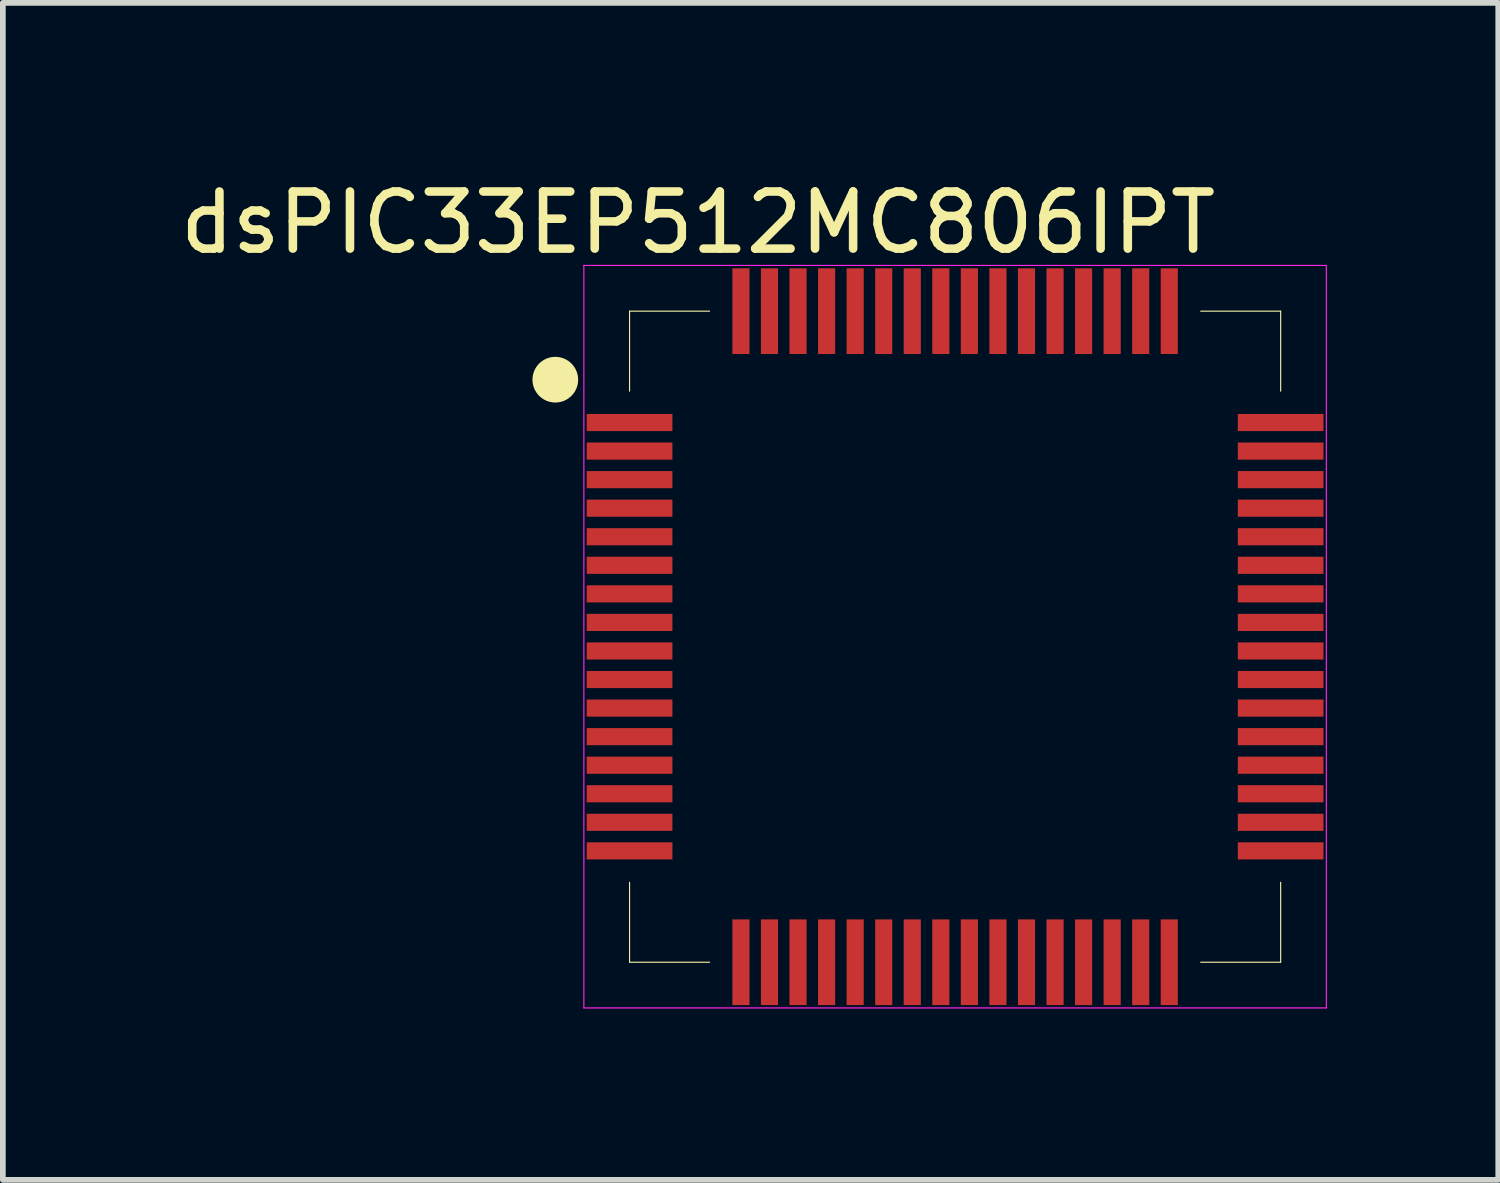
<source format=kicad_pcb>
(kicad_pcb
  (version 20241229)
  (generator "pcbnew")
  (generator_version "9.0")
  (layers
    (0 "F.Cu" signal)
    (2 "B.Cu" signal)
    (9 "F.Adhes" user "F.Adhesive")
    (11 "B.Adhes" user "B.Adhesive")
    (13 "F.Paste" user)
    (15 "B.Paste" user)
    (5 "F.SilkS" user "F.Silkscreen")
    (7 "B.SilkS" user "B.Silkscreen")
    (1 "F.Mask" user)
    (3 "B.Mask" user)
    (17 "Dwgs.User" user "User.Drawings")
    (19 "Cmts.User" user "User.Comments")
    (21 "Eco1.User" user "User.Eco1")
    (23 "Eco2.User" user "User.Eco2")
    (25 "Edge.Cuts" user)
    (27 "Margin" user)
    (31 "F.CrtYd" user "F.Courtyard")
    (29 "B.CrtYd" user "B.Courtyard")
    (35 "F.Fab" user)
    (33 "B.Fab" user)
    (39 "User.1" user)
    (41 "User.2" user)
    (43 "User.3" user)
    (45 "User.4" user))
  (footprint "dsPIC33EP512MC806IPT"
    (layer "F.Cu")
    (at 13.673 8.098)
    (property "Reference" "dsPIC33EP512MC806IPT" (at -4.5 -7.25 0) (layer "F.SilkS") (effects (font (size 1 1) (thickness 0.15))))
    (attr smd)
    (fp_line (start -5.7 -5.7) (end -5.7 -4.3) (stroke (width 0.02) (type solid)) (layer "F.SilkS"))
    (fp_line (start -5.7 -5.7) (end -4.3 -5.7) (stroke (width 0.02) (type solid)) (layer "F.SilkS"))
    (fp_line (start -5.7 5.7) (end -5.7 4.3) (stroke (width 0.02) (type solid)) (layer "F.SilkS"))
    (fp_line (start -5.7 5.7) (end -4.3 5.7) (stroke (width 0.02) (type solid)) (layer "F.SilkS"))
    (fp_line (start 5.7 -5.7) (end 4.3 -5.7) (stroke (width 0.02) (type solid)) (layer "F.SilkS"))
    (fp_line (start 5.7 -5.7) (end 5.7 -4.3) (stroke (width 0.02) (type solid)) (layer "F.SilkS"))
    (fp_line (start 5.7 5.7) (end 4.3 5.7) (stroke (width 0.02) (type solid)) (layer "F.SilkS"))
    (fp_line (start 5.7 5.7) (end 5.7 4.3) (stroke (width 0.02) (type solid)) (layer "F.SilkS"))
    (fp_line (start -6.5 -6.5) (end 6.5 -6.5) (stroke (width 0.02) (type solid)) (layer "F.CrtYd"))
    (fp_line (start -6.5 6.5) (end -6.5 -6.5) (stroke (width 0.02) (type solid)) (layer "F.CrtYd"))
    (fp_line (start 6.5 -6.5) (end 6.5 6.5) (stroke (width 0.02) (type solid)) (layer "F.CrtYd"))
    (fp_line (start 6.5 6.5) (end -6.5 6.5) (stroke (width 0.02) (type solid)) (layer "F.CrtYd"))
    (pad "" smd circle (at -7 -4.5) (size 0.8 0.8) (layers "F.SilkS"))
    (pad "1" smd rect (at -5.7 -3.75) (size 1.5 0.3) (layers "F.Cu" "F.Mask" "F.Paste"))
    (pad "2" smd rect (at -5.7 -3.25) (size 1.5 0.3) (layers "F.Cu" "F.Mask" "F.Paste"))
    (pad "3" smd rect (at -5.7 -2.75) (size 1.5 0.3) (layers "F.Cu" "F.Mask" "F.Paste"))
    (pad "4" smd rect (at -5.7 -2.25) (size 1.5 0.3) (layers "F.Cu" "F.Mask" "F.Paste"))
    (pad "5" smd rect (at -5.7 -1.75) (size 1.5 0.3) (layers "F.Cu" "F.Mask" "F.Paste"))
    (pad "6" smd rect (at -5.7 -1.25) (size 1.5 0.3) (layers "F.Cu" "F.Mask" "F.Paste"))
    (pad "7" smd rect (at -5.7 -0.75) (size 1.5 0.3) (layers "F.Cu" "F.Mask" "F.Paste"))
    (pad "8" smd rect (at -5.7 -0.25) (size 1.5 0.3) (layers "F.Cu" "F.Mask" "F.Paste"))
    (pad "9" smd rect (at -5.7 0.25) (size 1.5 0.3) (layers "F.Cu" "F.Mask" "F.Paste"))
    (pad "10" smd rect (at -5.7 0.75) (size 1.5 0.3) (layers "F.Cu" "F.Mask" "F.Paste"))
    (pad "11" smd rect (at -5.7 1.25) (size 1.5 0.3) (layers "F.Cu" "F.Mask" "F.Paste"))
    (pad "12" smd rect (at -5.7 1.75) (size 1.5 0.3) (layers "F.Cu" "F.Mask" "F.Paste"))
    (pad "13" smd rect (at -5.7 2.25) (size 1.5 0.3) (layers "F.Cu" "F.Mask" "F.Paste"))
    (pad "14" smd rect (at -5.7 2.75) (size 1.5 0.3) (layers "F.Cu" "F.Mask" "F.Paste"))
    (pad "15" smd rect (at -5.7 3.25) (size 1.5 0.3) (layers "F.Cu" "F.Mask" "F.Paste"))
    (pad "16" smd rect (at -5.7 3.75) (size 1.5 0.3) (layers "F.Cu" "F.Mask" "F.Paste"))
    (pad "17" smd rect (at -3.75 5.7 90) (size 1.5 0.3) (layers "F.Cu" "F.Mask" "F.Paste"))
    (pad "18" smd rect (at -3.25 5.7 90) (size 1.5 0.3) (layers "F.Cu" "F.Mask" "F.Paste"))
    (pad "19" smd rect (at -2.75 5.7 90) (size 1.5 0.3) (layers "F.Cu" "F.Mask" "F.Paste"))
    (pad "20" smd rect (at -2.25 5.7 90) (size 1.5 0.3) (layers "F.Cu" "F.Mask" "F.Paste"))
    (pad "21" smd rect (at -1.75 5.7 90) (size 1.5 0.3) (layers "F.Cu" "F.Mask" "F.Paste"))
    (pad "22" smd rect (at -1.25 5.7 90) (size 1.5 0.3) (layers "F.Cu" "F.Mask" "F.Paste"))
    (pad "23" smd rect (at -0.75 5.7 90) (size 1.5 0.3) (layers "F.Cu" "F.Mask" "F.Paste"))
    (pad "24" smd rect (at -0.25 5.7 90) (size 1.5 0.3) (layers "F.Cu" "F.Mask" "F.Paste"))
    (pad "25" smd rect (at 0.25 5.7 90) (size 1.5 0.3) (layers "F.Cu" "F.Mask" "F.Paste"))
    (pad "26" smd rect (at 0.75 5.7 90) (size 1.5 0.3) (layers "F.Cu" "F.Mask" "F.Paste"))
    (pad "27" smd rect (at 1.25 5.7 90) (size 1.5 0.3) (layers "F.Cu" "F.Mask" "F.Paste"))
    (pad "28" smd rect (at 1.75 5.7 90) (size 1.5 0.3) (layers "F.Cu" "F.Mask" "F.Paste"))
    (pad "29" smd rect (at 2.25 5.7 90) (size 1.5 0.3) (layers "F.Cu" "F.Mask" "F.Paste"))
    (pad "30" smd rect (at 2.75 5.7 90) (size 1.5 0.3) (layers "F.Cu" "F.Mask" "F.Paste"))
    (pad "31" smd rect (at 3.25 5.7 90) (size 1.5 0.3) (layers "F.Cu" "F.Mask" "F.Paste"))
    (pad "32" smd rect (at 3.75 5.7 90) (size 1.5 0.3) (layers "F.Cu" "F.Mask" "F.Paste"))
    (pad "33" smd rect (at 5.7 3.75) (size 1.5 0.3) (layers "F.Cu" "F.Mask" "F.Paste"))
    (pad "34" smd rect (at 5.7 3.25) (size 1.5 0.3) (layers "F.Cu" "F.Mask" "F.Paste"))
    (pad "35" smd rect (at 5.7 2.75) (size 1.5 0.3) (layers "F.Cu" "F.Mask" "F.Paste"))
    (pad "36" smd rect (at 5.7 2.25) (size 1.5 0.3) (layers "F.Cu" "F.Mask" "F.Paste"))
    (pad "37" smd rect (at 5.7 1.75) (size 1.5 0.3) (layers "F.Cu" "F.Mask" "F.Paste"))
    (pad "38" smd rect (at 5.7 1.25) (size 1.5 0.3) (layers "F.Cu" "F.Mask" "F.Paste"))
    (pad "39" smd rect (at 5.7 0.75) (size 1.5 0.3) (layers "F.Cu" "F.Mask" "F.Paste"))
    (pad "40" smd rect (at 5.7 0.25) (size 1.5 0.3) (layers "F.Cu" "F.Mask" "F.Paste"))
    (pad "41" smd rect (at 5.7 -0.25) (size 1.5 0.3) (layers "F.Cu" "F.Mask" "F.Paste"))
    (pad "42" smd rect (at 5.7 -0.75) (size 1.5 0.3) (layers "F.Cu" "F.Mask" "F.Paste"))
    (pad "43" smd rect (at 5.7 -1.25) (size 1.5 0.3) (layers "F.Cu" "F.Mask" "F.Paste"))
    (pad "44" smd rect (at 5.7 -1.75) (size 1.5 0.3) (layers "F.Cu" "F.Mask" "F.Paste"))
    (pad "45" smd rect (at 5.7 -2.25) (size 1.5 0.3) (layers "F.Cu" "F.Mask" "F.Paste"))
    (pad "46" smd rect (at 5.7 -2.75) (size 1.5 0.3) (layers "F.Cu" "F.Mask" "F.Paste"))
    (pad "47" smd rect (at 5.7 -3.25) (size 1.5 0.3) (layers "F.Cu" "F.Mask" "F.Paste"))
    (pad "48" smd rect (at 5.7 -3.75) (size 1.5 0.3) (layers "F.Cu" "F.Mask" "F.Paste"))
    (pad "49" smd rect (at 3.75 -5.7 90) (size 1.5 0.3) (layers "F.Cu" "F.Mask" "F.Paste"))
    (pad "50" smd rect (at 3.25 -5.7 90) (size 1.5 0.3) (layers "F.Cu" "F.Mask" "F.Paste"))
    (pad "51" smd rect (at 2.75 -5.7 90) (size 1.5 0.3) (layers "F.Cu" "F.Mask" "F.Paste"))
    (pad "52" smd rect (at 2.25 -5.7 90) (size 1.5 0.3) (layers "F.Cu" "F.Mask" "F.Paste"))
    (pad "53" smd rect (at 1.75 -5.7 90) (size 1.5 0.3) (layers "F.Cu" "F.Mask" "F.Paste"))
    (pad "54" smd rect (at 1.25 -5.7 90) (size 1.5 0.3) (layers "F.Cu" "F.Mask" "F.Paste"))
    (pad "55" smd rect (at 0.75 -5.7 90) (size 1.5 0.3) (layers "F.Cu" "F.Mask" "F.Paste"))
    (pad "56" smd rect (at 0.25 -5.7 90) (size 1.5 0.3) (layers "F.Cu" "F.Mask" "F.Paste"))
    (pad "57" smd rect (at -0.25 -5.7 90) (size 1.5 0.3) (layers "F.Cu" "F.Mask" "F.Paste"))
    (pad "58" smd rect (at -0.75 -5.7 90) (size 1.5 0.3) (layers "F.Cu" "F.Mask" "F.Paste"))
    (pad "59" smd rect (at -1.25 -5.7 90) (size 1.5 0.3) (layers "F.Cu" "F.Mask" "F.Paste"))
    (pad "60" smd rect (at -1.75 -5.7 90) (size 1.5 0.3) (layers "F.Cu" "F.Mask" "F.Paste"))
    (pad "61" smd rect (at -2.25 -5.7 90) (size 1.5 0.3) (layers "F.Cu" "F.Mask" "F.Paste"))
    (pad "62" smd rect (at -2.75 -5.7 90) (size 1.5 0.3) (layers "F.Cu" "F.Mask" "F.Paste"))
    (pad "63" smd rect (at -3.25 -5.7 90) (size 1.5 0.3) (layers "F.Cu" "F.Mask" "F.Paste"))
    (pad "64" smd rect (at -3.75 -5.7 90) (size 1.5 0.3) (layers "F.Cu" "F.Mask" "F.Paste")))
  (gr_rect
    (start -3 -3)
    (end 23.183 17.608)
    (stroke (width 0.1) (type default))
    (fill no)
    (layer "Edge.Cuts")))
</source>
